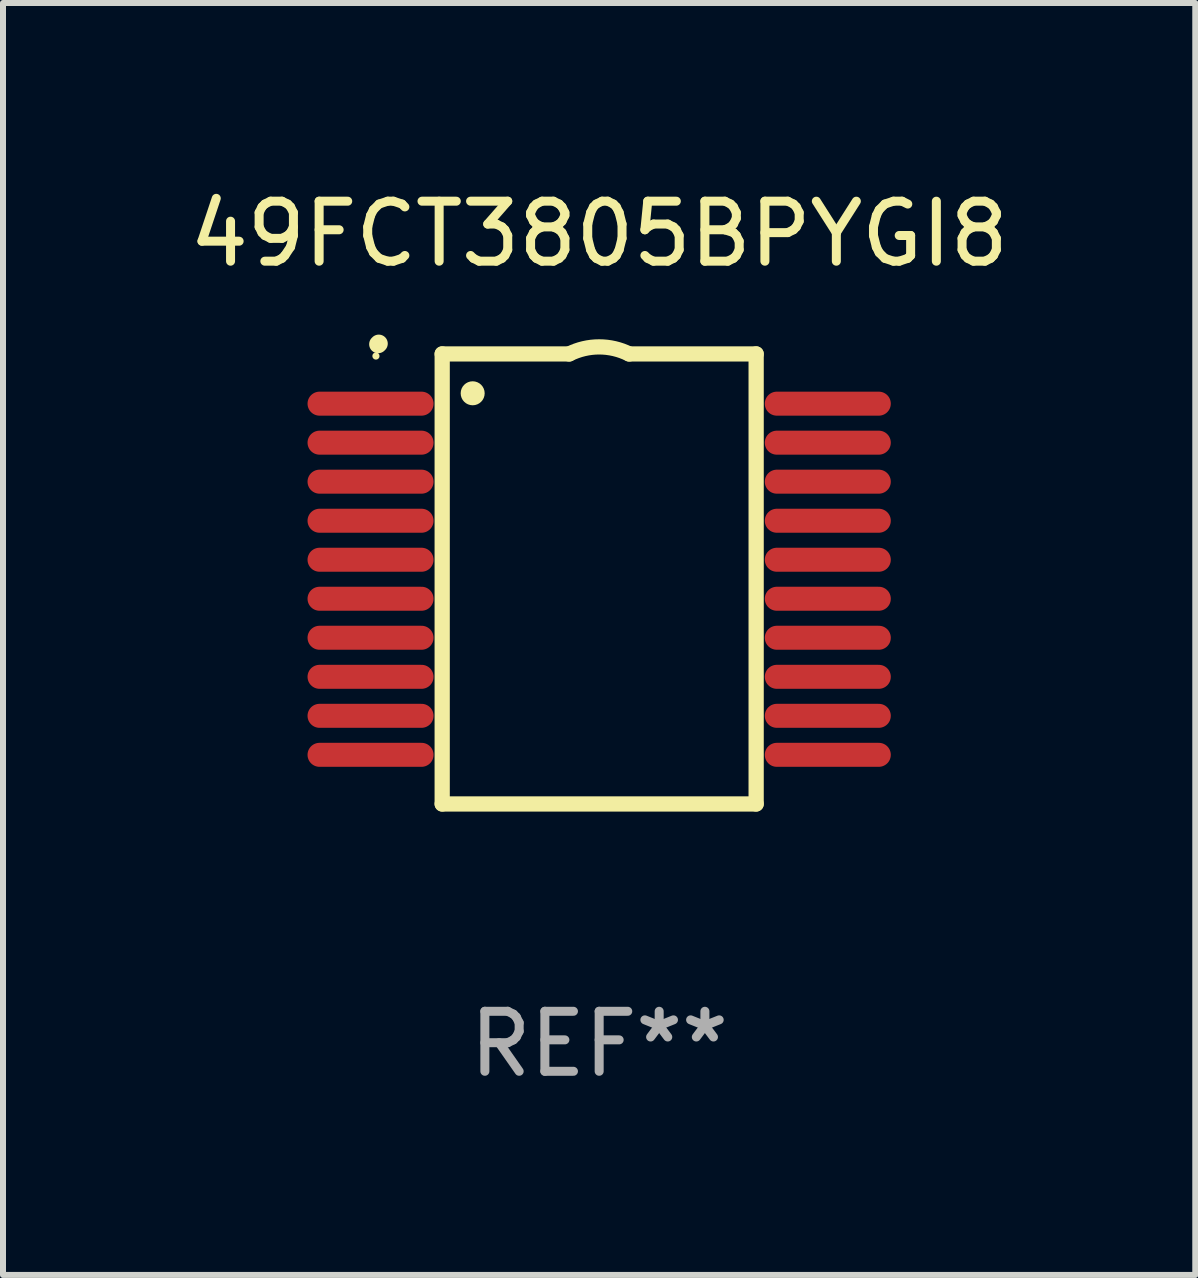
<source format=kicad_pcb>
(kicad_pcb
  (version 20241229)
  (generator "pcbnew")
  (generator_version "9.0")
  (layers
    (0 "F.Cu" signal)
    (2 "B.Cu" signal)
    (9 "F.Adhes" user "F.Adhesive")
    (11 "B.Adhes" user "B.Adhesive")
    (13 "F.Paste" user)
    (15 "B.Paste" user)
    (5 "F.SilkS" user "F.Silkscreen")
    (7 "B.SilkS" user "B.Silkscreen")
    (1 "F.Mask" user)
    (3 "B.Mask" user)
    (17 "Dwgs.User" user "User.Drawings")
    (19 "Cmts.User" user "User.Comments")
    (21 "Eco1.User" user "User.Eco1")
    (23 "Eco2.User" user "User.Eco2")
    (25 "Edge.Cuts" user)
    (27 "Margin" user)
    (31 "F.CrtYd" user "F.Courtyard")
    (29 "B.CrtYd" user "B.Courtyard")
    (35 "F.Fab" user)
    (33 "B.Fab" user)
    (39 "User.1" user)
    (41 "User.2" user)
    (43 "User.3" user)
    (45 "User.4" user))
  (footprint "49FCT3805BPYGI8"
    (layer "F.Cu")
    (at 6.935 6.598)
    (property "Reference" "49FCT3805BPYGI8" (at 0 -5.75 0) (layer "F.SilkS") (effects (font (size 1 1) (thickness 0.15))))
    (attr through_hole)
    (fp_line (start -2.616 -3.75) (end -0.5 -3.75) (stroke (width 0.254) (type solid)) (layer "F.SilkS"))
    (fp_line (start -2.616 3.75) (end -2.616 -3.75) (stroke (width 0.254) (type solid)) (layer "F.SilkS"))
    (fp_line (start 0.5 -3.75) (end 2.616 -3.75) (stroke (width 0.254) (type solid)) (layer "F.SilkS"))
    (fp_line (start 2.616 -3.75) (end 2.616 3.75) (stroke (width 0.254) (type solid)) (layer "F.SilkS"))
    (fp_line (start 2.616 3.75) (end -2.616 3.75) (stroke (width 0.254) (type solid)) (layer "F.SilkS"))
    (fp_arc (start -3.683109 -3.911608) (mid -3.678201 -3.91686) (end -3.672949 -3.921768) (stroke (width 0.3) (type solid)) (layer "F.SilkS"))
    (fp_arc (start -0.500483 -3.749047) (mid -0.000102 -3.867211) (end 0.500279 -3.749047) (stroke (width 0.254001) (type solid)) (layer "F.SilkS"))
    (fp_circle (center -3.72 -3.715) (end -3.69 -3.715) (stroke (width 0.06) (type solid)) (fill no) (layer "F.SilkS"))
    (fp_circle (center -2.108 -3.094) (end -2.008 -3.094) (stroke (width 0.2) (type solid)) (fill no) (layer "F.SilkS"))
    (fp_text user "REF**" (at 0 7.75 0) (layer "F.Fab") (effects (font (size 1 1) (thickness 0.15))))
    (pad "1" smd oval (at -3.81 -2.921 90) (size 0.4 2.1) (layers "F.Cu" "F.Mask" "F.Paste"))
    (pad "2" smd oval (at -3.81 -2.271 90) (size 0.4 2.1) (layers "F.Cu" "F.Mask" "F.Paste"))
    (pad "3" smd oval (at -3.81 -1.621 90) (size 0.4 2.1) (layers "F.Cu" "F.Mask" "F.Paste"))
    (pad "4" smd oval (at -3.81 -0.97 90) (size 0.4 2.1) (layers "F.Cu" "F.Mask" "F.Paste"))
    (pad "5" smd oval (at -3.81 -0.32 90) (size 0.4 2.1) (layers "F.Cu" "F.Mask" "F.Paste"))
    (pad "6" smd oval (at -3.81 0.33 90) (size 0.4 2.1) (layers "F.Cu" "F.Mask" "F.Paste"))
    (pad "7" smd oval (at -3.81 0.98 90) (size 0.4 2.1) (layers "F.Cu" "F.Mask" "F.Paste"))
    (pad "8" smd oval (at -3.81 1.631 90) (size 0.4 2.1) (layers "F.Cu" "F.Mask" "F.Paste"))
    (pad "9" smd oval (at -3.81 2.281 90) (size 0.4 2.1) (layers "F.Cu" "F.Mask" "F.Paste"))
    (pad "10" smd oval (at -3.81 2.931 90) (size 0.4 2.1) (layers "F.Cu" "F.Mask" "F.Paste"))
    (pad "11" smd oval (at 3.81 2.931 90) (size 0.4 2.1) (layers "F.Cu" "F.Mask" "F.Paste"))
    (pad "12" smd oval (at 3.81 2.281 90) (size 0.4 2.1) (layers "F.Cu" "F.Mask" "F.Paste"))
    (pad "13" smd oval (at 3.81 1.631 90) (size 0.4 2.1) (layers "F.Cu" "F.Mask" "F.Paste"))
    (pad "14" smd oval (at 3.81 0.98 90) (size 0.4 2.1) (layers "F.Cu" "F.Mask" "F.Paste"))
    (pad "15" smd oval (at 3.81 0.33 90) (size 0.4 2.1) (layers "F.Cu" "F.Mask" "F.Paste"))
    (pad "16" smd oval (at 3.81 -0.32 90) (size 0.4 2.1) (layers "F.Cu" "F.Mask" "F.Paste"))
    (pad "17" smd oval (at 3.81 -0.97 90) (size 0.4 2.1) (layers "F.Cu" "F.Mask" "F.Paste"))
    (pad "18" smd oval (at 3.81 -1.621 90) (size 0.4 2.1) (layers "F.Cu" "F.Mask" "F.Paste"))
    (pad "19" smd oval (at 3.81 -2.271 90) (size 0.4 2.1) (layers "F.Cu" "F.Mask" "F.Paste"))
    (pad "20" smd oval (at 3.81 -2.921 90) (size 0.4 2.1) (layers "F.Cu" "F.Mask" "F.Paste")))
  (gr_rect
    (start -3 -3)
    (end 16.869 18.197)
    (stroke (width 0.1) (type default))
    (fill no)
    (layer "Edge.Cuts")))
</source>
